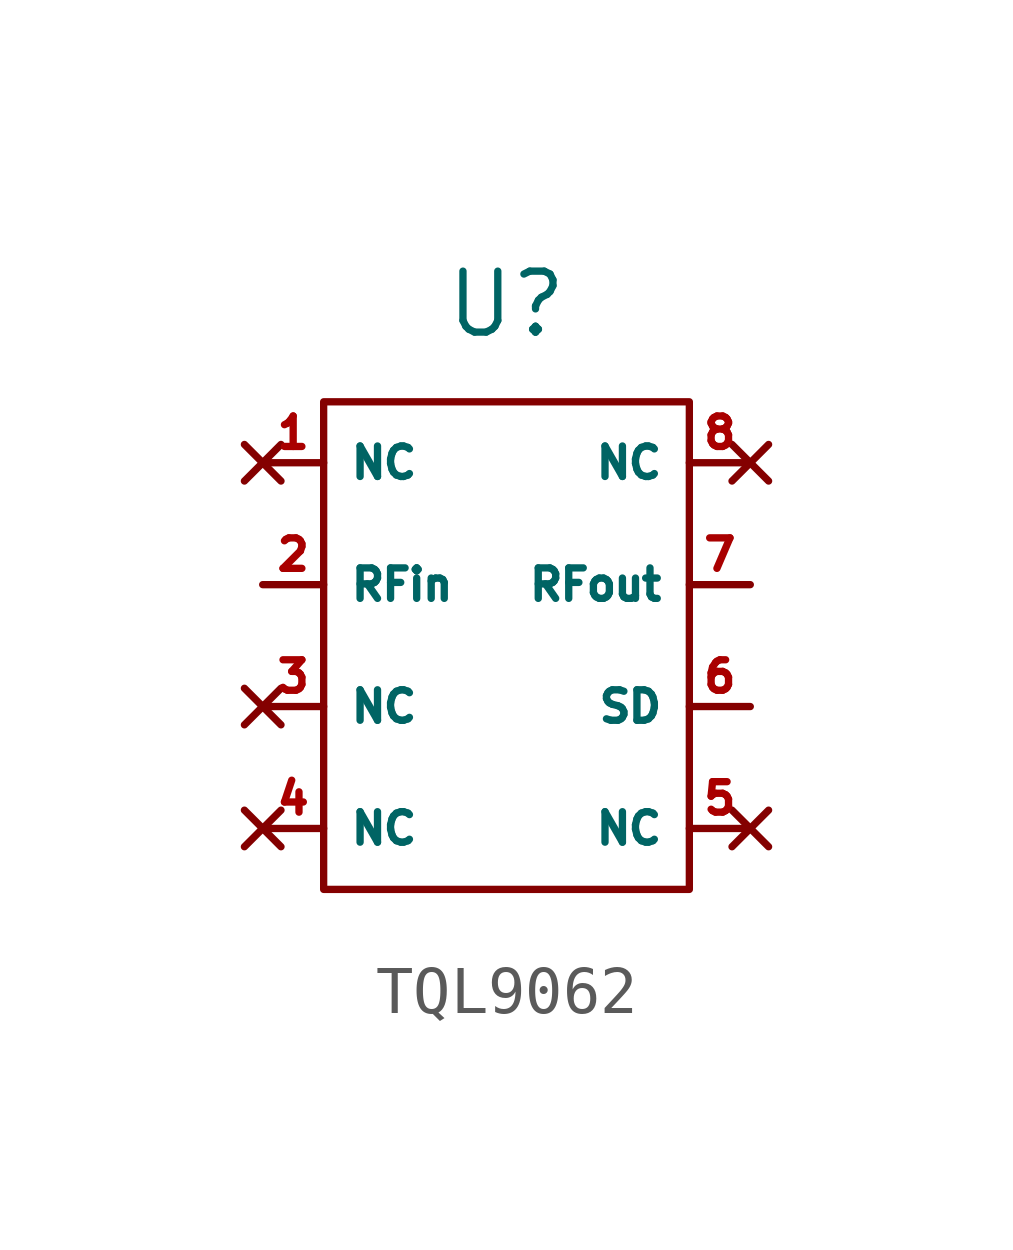
<source format=kicad_sym>
(kicad_symbol_lib
  (version 20231120)
  (generator "kicad_symbol_editor")
  (generator_version "8.0")
  (symbol "TQL9062"
    (property "Reference" "U"
      (at 0 7.112 0)
      (effects (font (size 1.27 1.27))))
    (property "Value" ""
      (at 0 0 0)
      (effects (font (size 1.27 1.27))))
    (symbol "TQL9062_0_1"
      (rectangle (start -3.81 5.08) (end 3.81 -5.08) (stroke (width 0) (type default)) (fill (type none))))
    (symbol "TQL9062_1_1"
      (pin no_connect line (at -5.08 3.81 0) (length 1.27) (name "NC" (effects (font (size 0.635 0.635)))) (number "1" (effects (font (size 0.635 0.635)))))
      (pin input line (at -5.08 1.27 0) (length 1.27) (name "RFin" (effects (font (size 0.635 0.635)))) (number "2" (effects (font (size 0.635 0.635)))))
      (pin no_connect line (at -5.08 -1.27 0) (length 1.27) (name "NC" (effects (font (size 0.635 0.635)))) (number "3" (effects (font (size 0.635 0.635)))))
      (pin no_connect line (at -5.08 -3.81 0) (length 1.27) (name "NC" (effects (font (size 0.635 0.635)))) (number "4" (effects (font (size 0.635 0.635)))))
      (pin no_connect line (at 5.08 -3.81 180) (length 1.27) (name "NC" (effects (font (size 0.635 0.635)))) (number "5" (effects (font (size 0.635 0.635)))))
      (pin input line (at 5.08 -1.27 180) (length 1.27) (name "SD" (effects (font (size 0.635 0.635)))) (number "6" (effects (font (size 0.635 0.635)))))
      (pin output line (at 5.08 1.27 180) (length 1.27) (name "RFout" (effects (font (size 0.635 0.635)))) (number "7" (effects (font (size 0.635 0.635)))))
      (pin no_connect line (at 5.08 3.81 180) (length 1.27) (name "NC" (effects (font (size 0.635 0.635)))) (number "8" (effects (font (size 0.635 0.635))))))))
</source>
